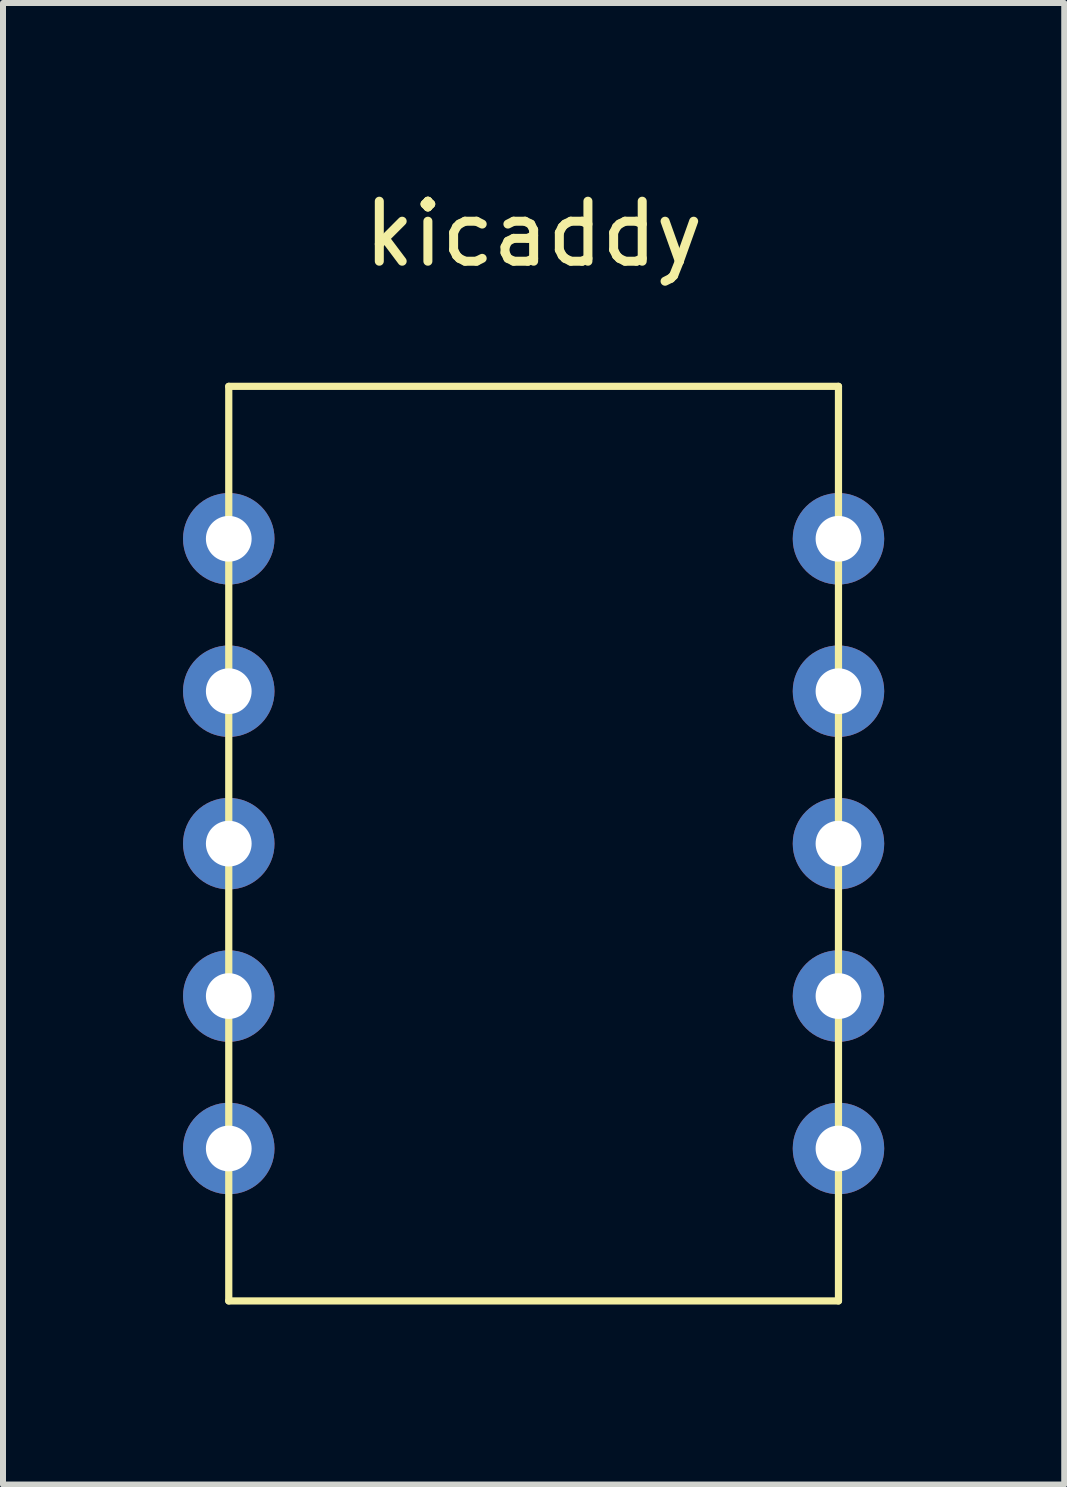
<source format=kicad_pcb>
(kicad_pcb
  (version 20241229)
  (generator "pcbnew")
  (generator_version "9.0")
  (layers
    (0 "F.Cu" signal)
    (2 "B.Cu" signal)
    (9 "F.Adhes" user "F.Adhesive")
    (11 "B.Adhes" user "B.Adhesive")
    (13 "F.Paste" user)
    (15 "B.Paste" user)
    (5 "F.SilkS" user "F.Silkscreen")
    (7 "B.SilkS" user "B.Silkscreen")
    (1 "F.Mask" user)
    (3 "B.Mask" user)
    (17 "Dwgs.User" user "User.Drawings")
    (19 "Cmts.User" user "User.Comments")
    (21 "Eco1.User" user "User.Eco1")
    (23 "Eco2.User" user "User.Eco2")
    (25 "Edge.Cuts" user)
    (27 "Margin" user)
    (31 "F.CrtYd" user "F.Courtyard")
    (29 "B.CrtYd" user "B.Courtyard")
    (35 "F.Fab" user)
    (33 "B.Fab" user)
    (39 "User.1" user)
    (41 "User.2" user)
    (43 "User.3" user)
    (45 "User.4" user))
  (footprint "kicaddy"
    (layer "F.Cu")
    (at 5.842 11.008)
    (property "Reference" "kicaddy" (at 0 -10.16 0) (layer "F.SilkS") (effects (font (size 1 1) (thickness 0.15))))
    (attr through_hole)
    (fp_line (start -5.08 -7.62) (end 5.08 -7.62) (stroke (width 0.12) (type solid)) (layer "F.SilkS"))
    (fp_line (start -5.08 7.62) (end -5.08 -7.62) (stroke (width 0.12) (type solid)) (layer "F.SilkS"))
    (fp_line (start 5.08 -7.62) (end 5.08 7.62) (stroke (width 0.12) (type solid)) (layer "F.SilkS"))
    (fp_line (start 5.08 7.62) (end -5.08 7.62) (stroke (width 0.12) (type solid)) (layer "F.SilkS"))
    (pad "1" thru_hole circle (at -5.08 -5.08) (size 1.524 1.524) (drill 0.762) (layers "*.Cu" "*.Mask"))
    (pad "2" thru_hole circle (at -5.08 -2.54) (size 1.524 1.524) (drill 0.762) (layers "*.Cu" "*.Mask"))
    (pad "3" thru_hole circle (at -5.08 0) (size 1.524 1.524) (drill 0.762) (layers "*.Cu" "*.Mask"))
    (pad "4" thru_hole circle (at -5.08 2.54) (size 1.524 1.524) (drill 0.762) (layers "*.Cu" "*.Mask"))
    (pad "5" thru_hole circle (at -5.08 5.08) (size 1.524 1.524) (drill 0.762) (layers "*.Cu" "*.Mask"))
    (pad "6" thru_hole circle (at 5.08 5.08) (size 1.524 1.524) (drill 0.762) (layers "*.Cu" "*.Mask"))
    (pad "7" thru_hole circle (at 5.08 2.54) (size 1.524 1.524) (drill 0.762) (layers "*.Cu" "*.Mask"))
    (pad "8" thru_hole circle (at 5.08 0) (size 1.524 1.524) (drill 0.762) (layers "*.Cu" "*.Mask"))
    (pad "9" thru_hole circle (at 5.08 -2.54) (size 1.524 1.524) (drill 0.762) (layers "*.Cu" "*.Mask"))
    (pad "10" thru_hole circle (at 5.08 -5.08) (size 1.524 1.524) (drill 0.762) (layers "*.Cu" "*.Mask")))
  (gr_rect
    (start -3 -3)
    (end 14.684 21.688)
    (stroke (width 0.1) (type default))
    (fill no)
    (layer "Edge.Cuts")))
</source>
